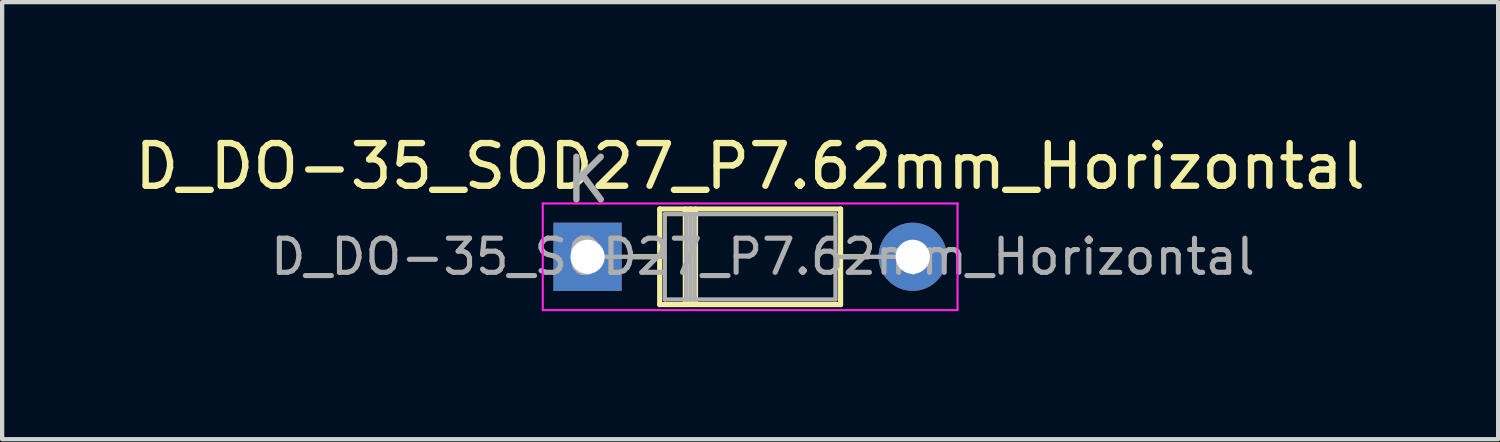
<source format=kicad_pcb>
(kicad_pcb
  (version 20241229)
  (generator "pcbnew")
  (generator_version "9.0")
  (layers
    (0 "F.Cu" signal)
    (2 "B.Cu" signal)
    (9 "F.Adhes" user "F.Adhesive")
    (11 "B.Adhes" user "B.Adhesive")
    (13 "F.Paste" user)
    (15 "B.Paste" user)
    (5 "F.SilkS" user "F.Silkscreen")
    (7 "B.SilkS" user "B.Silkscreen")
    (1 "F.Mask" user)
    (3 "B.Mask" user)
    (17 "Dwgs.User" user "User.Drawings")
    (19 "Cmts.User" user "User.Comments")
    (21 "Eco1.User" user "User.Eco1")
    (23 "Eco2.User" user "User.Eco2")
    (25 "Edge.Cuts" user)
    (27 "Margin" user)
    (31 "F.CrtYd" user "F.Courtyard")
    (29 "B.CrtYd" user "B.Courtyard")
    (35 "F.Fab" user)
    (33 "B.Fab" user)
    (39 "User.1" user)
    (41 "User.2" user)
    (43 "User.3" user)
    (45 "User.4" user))
  (footprint "D_DO-35_SOD27_P7.62mm_Horizontal"
    (layer "F.Cu")
    (at 10.72 2.968)
    (property "Reference" "D_DO-35_SOD27_P7.62mm_Horizontal" (at 3.81 -2.12 180) (layer "F.SilkS") (effects (font (size 1 1) (thickness 0.15))))
    (attr through_hole)
    (fp_line (start 1.04 0) (end 1.69 0) (stroke (width 0.12) (type solid)) (layer "F.SilkS"))
    (fp_line (start 1.69 -1.12) (end 1.69 1.12) (stroke (width 0.12) (type solid)) (layer "F.SilkS"))
    (fp_line (start 1.69 1.12) (end 5.93 1.12) (stroke (width 0.12) (type solid)) (layer "F.SilkS"))
    (fp_line (start 2.29 -1.12) (end 2.29 1.12) (stroke (width 0.12) (type solid)) (layer "F.SilkS"))
    (fp_line (start 2.41 -1.12) (end 2.41 1.12) (stroke (width 0.12) (type solid)) (layer "F.SilkS"))
    (fp_line (start 2.53 -1.12) (end 2.53 1.12) (stroke (width 0.12) (type solid)) (layer "F.SilkS"))
    (fp_line (start 5.93 -1.12) (end 1.69 -1.12) (stroke (width 0.12) (type solid)) (layer "F.SilkS"))
    (fp_line (start 5.93 1.12) (end 5.93 -1.12) (stroke (width 0.12) (type solid)) (layer "F.SilkS"))
    (fp_line (start 6.58 0) (end 5.93 0) (stroke (width 0.12) (type solid)) (layer "F.SilkS"))
    (fp_line (start -1.05 -1.25) (end -1.05 1.25) (stroke (width 0.05) (type solid)) (layer "F.CrtYd"))
    (fp_line (start -1.05 1.25) (end 8.67 1.25) (stroke (width 0.05) (type solid)) (layer "F.CrtYd"))
    (fp_line (start 8.67 -1.25) (end -1.05 -1.25) (stroke (width 0.05) (type solid)) (layer "F.CrtYd"))
    (fp_line (start 8.67 1.25) (end 8.67 -1.25) (stroke (width 0.05) (type solid)) (layer "F.CrtYd"))
    (fp_line (start 0 0) (end 1.81 0) (stroke (width 0.1) (type solid)) (layer "F.Fab"))
    (fp_line (start 1.81 -1) (end 1.81 1) (stroke (width 0.1) (type solid)) (layer "F.Fab"))
    (fp_line (start 1.81 1) (end 5.81 1) (stroke (width 0.1) (type solid)) (layer "F.Fab"))
    (fp_line (start 2.31 -1) (end 2.31 1) (stroke (width 0.1) (type solid)) (layer "F.Fab"))
    (fp_line (start 2.41 -1) (end 2.41 1) (stroke (width 0.1) (type solid)) (layer "F.Fab"))
    (fp_line (start 2.51 -1) (end 2.51 1) (stroke (width 0.1) (type solid)) (layer "F.Fab"))
    (fp_line (start 5.81 -1) (end 1.81 -1) (stroke (width 0.1) (type solid)) (layer "F.Fab"))
    (fp_line (start 5.81 1) (end 5.81 -1) (stroke (width 0.1) (type solid)) (layer "F.Fab"))
    (fp_line (start 7.62 0) (end 5.81 0) (stroke (width 0.1) (type solid)) (layer "F.Fab"))
    (fp_text user "${REFERENCE}" (at 4.11 0 180) (layer "F.Fab") (effects (font (size 0.8 0.8) (thickness 0.12))))
    (fp_text user "K" (at 0 -1.8 180) (layer "F.Fab") (effects (font (size 1 1) (thickness 0.15))))
    (pad "1" thru_hole rect (at 0 0) (size 1.6 1.6) (drill 0.8) (layers "*.Cu" "*.Mask"))
    (pad "2" thru_hole oval (at 7.62 0) (size 1.6 1.6) (drill 0.8) (layers "*.Cu" "*.Mask")))
  (gr_rect
    (start -3 -3)
    (end 32.06 7.243)
    (stroke (width 0.1) (type default))
    (fill no)
    (layer "Edge.Cuts")))
</source>
